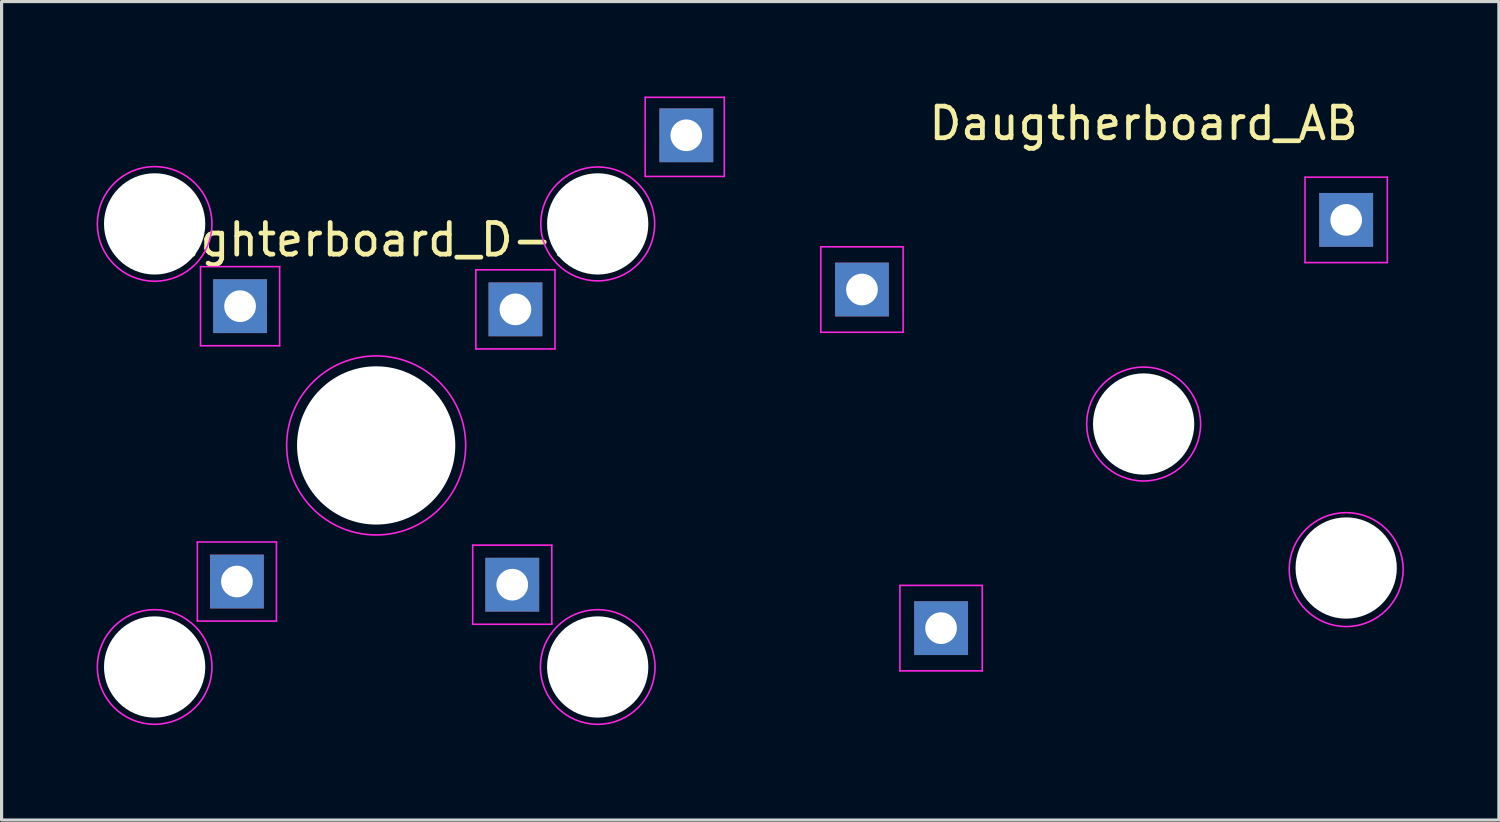
<source format=kicad_pcb>
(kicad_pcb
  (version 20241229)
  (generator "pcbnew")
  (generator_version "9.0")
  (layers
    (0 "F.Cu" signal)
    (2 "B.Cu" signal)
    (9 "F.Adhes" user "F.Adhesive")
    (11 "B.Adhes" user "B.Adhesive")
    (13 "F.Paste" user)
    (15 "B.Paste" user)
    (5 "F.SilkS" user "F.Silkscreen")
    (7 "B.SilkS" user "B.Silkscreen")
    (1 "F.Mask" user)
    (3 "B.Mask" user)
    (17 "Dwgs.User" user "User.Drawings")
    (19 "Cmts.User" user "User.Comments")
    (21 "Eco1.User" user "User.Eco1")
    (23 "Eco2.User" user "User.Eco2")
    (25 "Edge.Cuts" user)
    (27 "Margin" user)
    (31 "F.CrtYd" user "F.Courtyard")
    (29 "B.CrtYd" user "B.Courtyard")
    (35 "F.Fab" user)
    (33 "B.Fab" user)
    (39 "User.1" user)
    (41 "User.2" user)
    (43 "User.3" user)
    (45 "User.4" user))
  (footprint "Daugtherboard_AB"
    (layer "F.Cu")
    (at 33.086 10.348)
    (property "Reference" "Daugtherboard_AB" (at 0 -9.5 0) (layer "F.SilkS") (effects (font (size 1 1) (thickness 0.15))))
    (attr through_hole)
    (fp_line (start -10.2 -5.6) (end -7.6 -5.6) (stroke (width 0.05) (type solid)) (layer "F.CrtYd"))
    (fp_line (start -10.2 -2.9) (end -10.2 -5.6) (stroke (width 0.05) (type solid)) (layer "F.CrtYd"))
    (fp_line (start -7.7 5.1) (end -5.1 5.1) (stroke (width 0.05) (type solid)) (layer "F.CrtYd"))
    (fp_line (start -7.7 7.8) (end -7.7 5.1) (stroke (width 0.05) (type solid)) (layer "F.CrtYd"))
    (fp_line (start -7.6 -5.6) (end -7.6 -2.9) (stroke (width 0.05) (type solid)) (layer "F.CrtYd"))
    (fp_line (start -7.6 -2.9) (end -10.2 -2.9) (stroke (width 0.05) (type solid)) (layer "F.CrtYd"))
    (fp_line (start -5.1 5.1) (end -5.1 7.8) (stroke (width 0.05) (type solid)) (layer "F.CrtYd"))
    (fp_line (start -5.1 7.8) (end -7.7 7.8) (stroke (width 0.05) (type solid)) (layer "F.CrtYd"))
    (fp_line (start 5.1 -7.8) (end 7.7 -7.8) (stroke (width 0.05) (type solid)) (layer "F.CrtYd"))
    (fp_line (start 5.1 -5.1) (end 5.1 -7.8) (stroke (width 0.05) (type solid)) (layer "F.CrtYd"))
    (fp_line (start 7.7 -7.8) (end 7.7 -5.1) (stroke (width 0.05) (type solid)) (layer "F.CrtYd"))
    (fp_line (start 7.7 -5.1) (end 5.1 -5.1) (stroke (width 0.05) (type solid)) (layer "F.CrtYd"))
    (fp_circle (center 0 0) (end 1.8 0) (stroke (width 0.05) (type solid)) (fill no) (layer "F.CrtYd"))
    (fp_circle (center 6.4 4.6) (end 8.2 4.6) (stroke (width 0.05) (type solid)) (fill no) (layer "F.CrtYd"))
    (pad "" np_thru_hole circle (at 0 0) (size 3.2 3.2) (drill 3.2) (layers "*.Cu" "*.Mask"))
    (pad "" np_thru_hole circle (at 6.4 4.55) (size 3.2 3.2) (drill 3.2) (layers "*.Cu" "*.Mask"))
    (pad "1" thru_hole rect (at 6.4 -6.45) (size 1.7 1.7) (drill 1) (layers "*.Cu" "*.Mask"))
    (pad "2" thru_hole rect (at -8.9 -4.25) (size 1.7 1.7) (drill 1) (layers "*.Cu" "*.Mask"))
    (pad "3" thru_hole rect (at -6.4 6.45 180) (size 1.7 1.7) (drill 1) (layers "*.Cu" "*.Mask")))
  (footprint "Daughterboard_D-Pad"
    (layer "F.Cu")
    (at 8.836 11.025)
    (property "Reference" "Daughterboard_D-Pad" (at 0 -6.5 0) (layer "F.SilkS") (effects (font (size 1 1) (thickness 0.15))))
    (attr through_hole)
    (fp_line (start -5.65 3.05) (end -5.65 5.55) (stroke (width 0.05) (type solid)) (layer "F.CrtYd"))
    (fp_line (start -5.65 5.55) (end -3.15 5.55) (stroke (width 0.05) (type solid)) (layer "F.CrtYd"))
    (fp_line (start -5.55 -5.65) (end -5.55 -3.15) (stroke (width 0.05) (type solid)) (layer "F.CrtYd"))
    (fp_line (start -5.55 -3.15) (end -3.05 -3.15) (stroke (width 0.05) (type solid)) (layer "F.CrtYd"))
    (fp_line (start -3.15 3.05) (end -5.65 3.05) (stroke (width 0.05) (type solid)) (layer "F.CrtYd"))
    (fp_line (start -3.15 5.55) (end -3.15 3.05) (stroke (width 0.05) (type solid)) (layer "F.CrtYd"))
    (fp_line (start -3.05 -5.65) (end -5.55 -5.65) (stroke (width 0.05) (type solid)) (layer "F.CrtYd"))
    (fp_line (start -3.05 -3.15) (end -3.05 -5.65) (stroke (width 0.05) (type solid)) (layer "F.CrtYd"))
    (fp_line (start 3.05 3.15) (end 3.05 5.65) (stroke (width 0.05) (type solid)) (layer "F.CrtYd"))
    (fp_line (start 3.05 5.65) (end 5.55 5.65) (stroke (width 0.05) (type solid)) (layer "F.CrtYd"))
    (fp_line (start 3.15 -5.55) (end 3.15 -3.05) (stroke (width 0.05) (type solid)) (layer "F.CrtYd"))
    (fp_line (start 3.15 -3.05) (end 5.65 -3.05) (stroke (width 0.05) (type solid)) (layer "F.CrtYd"))
    (fp_line (start 5.55 3.15) (end 3.05 3.15) (stroke (width 0.05) (type solid)) (layer "F.CrtYd"))
    (fp_line (start 5.55 5.65) (end 5.55 3.15) (stroke (width 0.05) (type solid)) (layer "F.CrtYd"))
    (fp_line (start 5.65 -5.55) (end 3.15 -5.55) (stroke (width 0.05) (type solid)) (layer "F.CrtYd"))
    (fp_line (start 5.65 -3.05) (end 5.65 -5.55) (stroke (width 0.05) (type solid)) (layer "F.CrtYd"))
    (fp_line (start 8.5 -11) (end 8.5 -8.5) (stroke (width 0.05) (type solid)) (layer "F.CrtYd"))
    (fp_line (start 8.5 -8.5) (end 11 -8.5) (stroke (width 0.05) (type solid)) (layer "F.CrtYd"))
    (fp_line (start 11 -11) (end 8.5 -11) (stroke (width 0.05) (type solid)) (layer "F.CrtYd"))
    (fp_line (start 11 -8.5) (end 11 -11) (stroke (width 0.05) (type solid)) (layer "F.CrtYd"))
    (fp_circle (center -7 -7) (end -5.2 -6.8) (stroke (width 0.05) (type solid)) (fill no) (layer "F.CrtYd"))
    (fp_circle (center -7 7) (end -5.2 7.2) (stroke (width 0.05) (type solid)) (fill no) (layer "F.CrtYd"))
    (fp_circle (center 0 0) (end 2.8 0.4) (stroke (width 0.05) (type solid)) (fill no) (layer "F.CrtYd"))
    (fp_circle (center 7 -7) (end 8.8 -7) (stroke (width 0.05) (type solid)) (fill no) (layer "F.CrtYd"))
    (fp_circle (center 7 7) (end 8.8 7.2) (stroke (width 0.05) (type solid)) (fill no) (layer "F.CrtYd"))
    (pad "" np_thru_hole circle (at -7 -7 270) (size 3.2 3.2) (drill 3.2) (layers "*.Cu" "*.Mask"))
    (pad "" np_thru_hole circle (at -7 7) (size 3.2 3.2) (drill 3.2) (layers "*.Cu" "*.Mask"))
    (pad "" np_thru_hole circle (at 0 0 180) (size 5 5) (drill 5) (layers "*.Cu" "*.Mask"))
    (pad "" np_thru_hole circle (at 7 -7 180) (size 3.2 3.2) (drill 3.2) (layers "*.Cu" "*.Mask"))
    (pad "" np_thru_hole circle (at 7 7 90) (size 3.2 3.2) (drill 3.2) (layers "*.Cu" "*.Mask"))
    (pad "1" thru_hole rect (at 9.8 -9.8 180) (size 1.7 1.7) (drill 1) (layers "*.Cu" "*.Mask"))
    (pad "2" thru_hole rect (at 4.4 -4.3 180) (size 1.7 1.7) (drill 1) (layers "*.Cu" "*.Mask"))
    (pad "3" thru_hole rect (at -4.3 -4.4 270) (size 1.7 1.7) (drill 1) (layers "*.Cu" "*.Mask"))
    (pad "4" thru_hole rect (at -4.4 4.3) (size 1.7 1.7) (drill 1) (layers "*.Cu" "*.Mask"))
    (pad "5" thru_hole rect (at 4.3 4.4 90) (size 1.7 1.7) (drill 1) (layers "*.Cu" "*.Mask")))
  (gr_rect
    (start -3 -3)
    (end 44.311 22.861)
    (stroke (width 0.1) (type default))
    (fill no)
    (layer "Edge.Cuts")))
</source>
